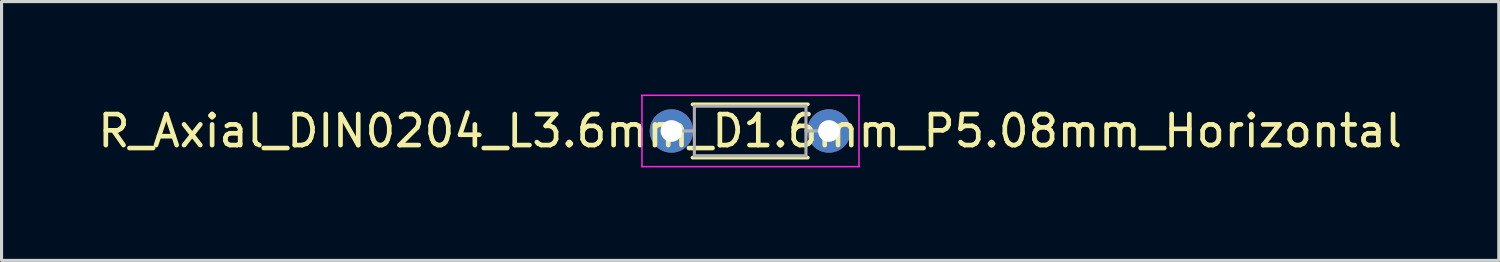
<source format=kicad_pcb>
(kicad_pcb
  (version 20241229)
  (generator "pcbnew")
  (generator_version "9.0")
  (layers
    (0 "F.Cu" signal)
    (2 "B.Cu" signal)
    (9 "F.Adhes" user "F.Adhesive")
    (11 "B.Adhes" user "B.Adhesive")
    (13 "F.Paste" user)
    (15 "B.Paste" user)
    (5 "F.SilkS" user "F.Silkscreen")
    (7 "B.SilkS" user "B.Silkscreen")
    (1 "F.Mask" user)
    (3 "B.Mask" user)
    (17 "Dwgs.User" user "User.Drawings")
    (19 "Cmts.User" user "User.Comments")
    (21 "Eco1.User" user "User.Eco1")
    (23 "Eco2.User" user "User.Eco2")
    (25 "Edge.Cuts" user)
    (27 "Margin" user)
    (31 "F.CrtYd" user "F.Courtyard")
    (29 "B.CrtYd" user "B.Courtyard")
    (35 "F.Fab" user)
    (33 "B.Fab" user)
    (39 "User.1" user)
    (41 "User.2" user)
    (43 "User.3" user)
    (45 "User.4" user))
  (footprint "R_Axial_DIN0204_L3.6mm_D1.6mm_P5.08mm_Horizontal"
    (layer "F.Cu")
    (at 18.609 1.175)
    (property "Reference" "R_Axial_DIN0204_L3.6mm_D1.6mm_P5.08mm_Horizontal" (at 2.54 0 0) (layer "F.SilkS") (effects (font (size 1 1) (thickness 0.15))))
    (attr through_hole)
    (fp_line (start 0.68 -0.86) (end 4.4 -0.86) (stroke (width 0.12) (type solid)) (layer "F.SilkS"))
    (fp_line (start 0.68 0.86) (end 4.4 0.86) (stroke (width 0.12) (type solid)) (layer "F.SilkS"))
    (fp_line (start -0.95 -1.15) (end -0.95 1.15) (stroke (width 0.05) (type solid)) (layer "F.CrtYd"))
    (fp_line (start -0.95 1.15) (end 6.05 1.15) (stroke (width 0.05) (type solid)) (layer "F.CrtYd"))
    (fp_line (start 6.05 -1.15) (end -0.95 -1.15) (stroke (width 0.05) (type solid)) (layer "F.CrtYd"))
    (fp_line (start 6.05 1.15) (end 6.05 -1.15) (stroke (width 0.05) (type solid)) (layer "F.CrtYd"))
    (fp_line (start 0 0) (end 0.74 0) (stroke (width 0.1) (type solid)) (layer "F.Fab"))
    (fp_line (start 0.74 -0.8) (end 0.74 0.8) (stroke (width 0.1) (type solid)) (layer "F.Fab"))
    (fp_line (start 0.74 0.8) (end 4.34 0.8) (stroke (width 0.1) (type solid)) (layer "F.Fab"))
    (fp_line (start 4.34 -0.8) (end 0.74 -0.8) (stroke (width 0.1) (type solid)) (layer "F.Fab"))
    (fp_line (start 4.34 0.8) (end 4.34 -0.8) (stroke (width 0.1) (type solid)) (layer "F.Fab"))
    (fp_line (start 5.08 0) (end 4.34 0) (stroke (width 0.1) (type solid)) (layer "F.Fab"))
    (pad "1" thru_hole circle (at 0 0) (size 1.4 1.4) (drill 0.7) (layers "*.Cu" "*.Mask"))
    (pad "2" thru_hole oval (at 5.08 0) (size 1.4 1.4) (drill 0.7) (layers "*.Cu" "*.Mask")))
  (gr_rect
    (start -3 -3)
    (end 45.298 5.35)
    (stroke (width 0.1) (type default))
    (fill no)
    (layer "Edge.Cuts")))
</source>
